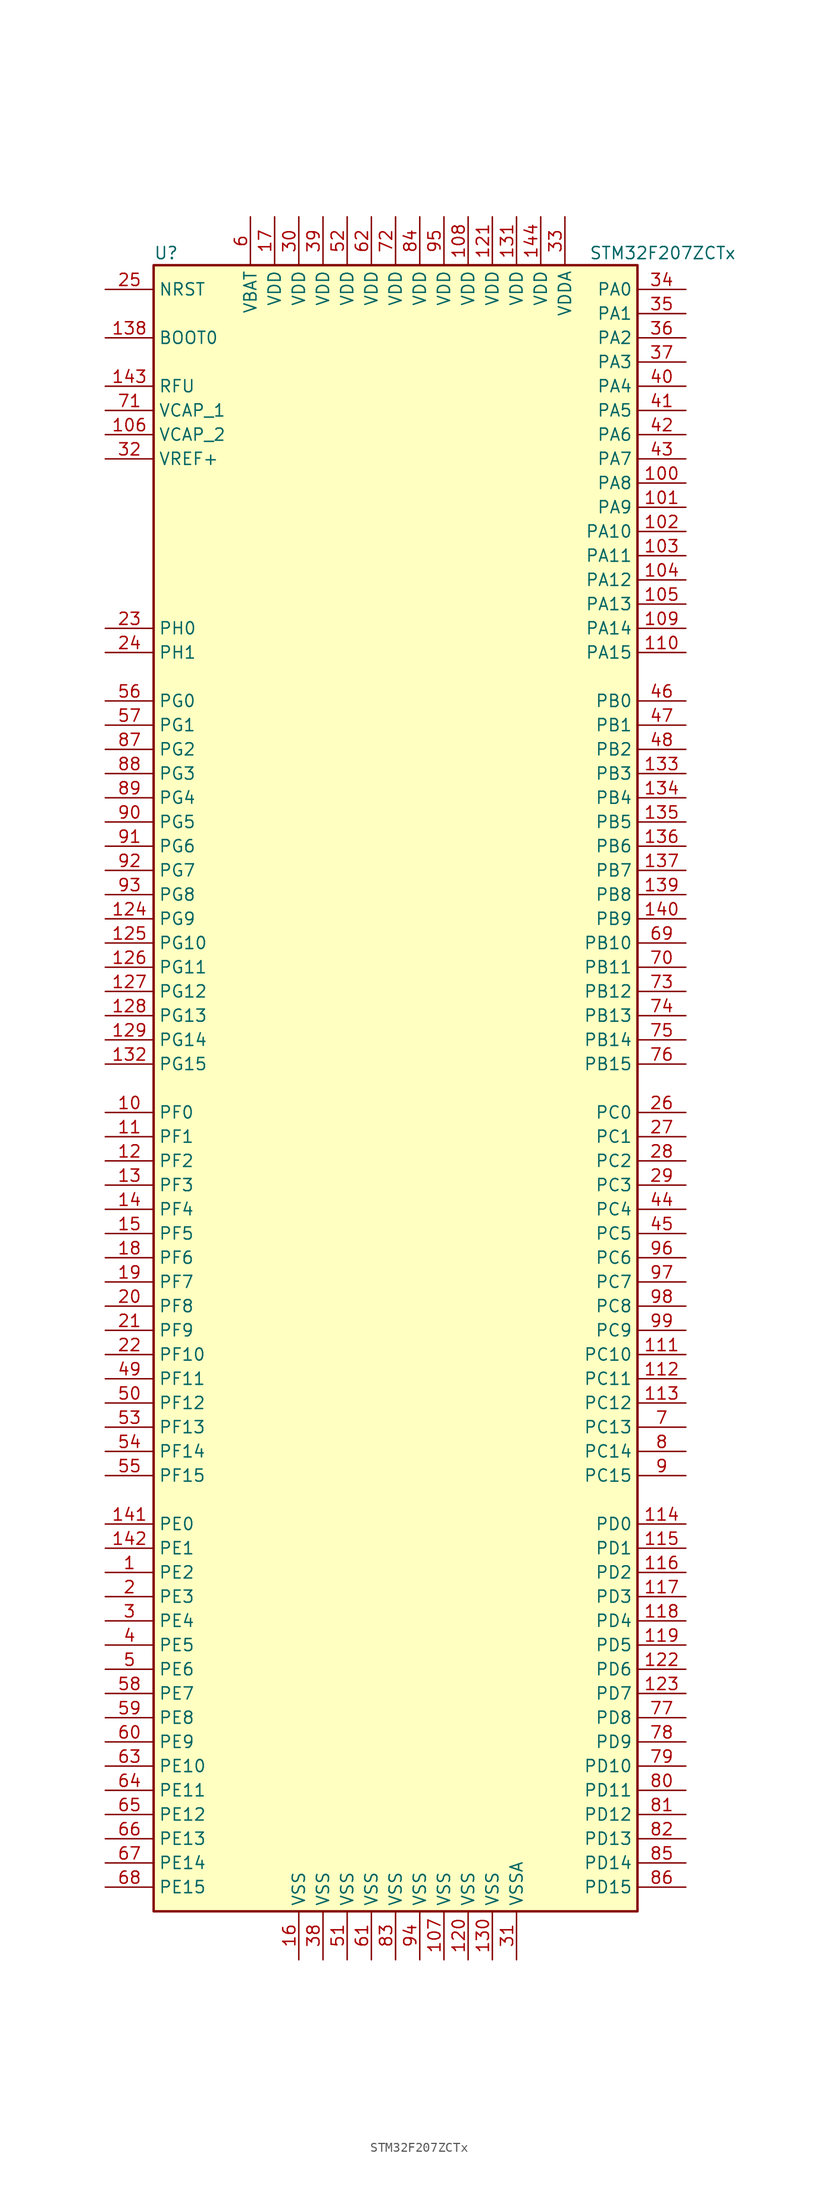
<source format=kicad_sym>
(kicad_symbol_lib
  (version 20201005)
  (generator kicad_symbol_editor)
  (symbol "STM32F207ZCTx"
    (property "Reference" "U"
      (at -25.4 87.63 0)
      (effects (font (size 1.27 1.27)) (justify left)))
    (property "Value" "STM32F207ZCTx"
      (at 20.32 87.63 0)
      (effects (font (size 1.27 1.27)) (justify left)))
    (symbol "STM32F207ZCTx_0_1"
      (rectangle (start -25.4 -86.36) (end 25.4 86.36) (stroke (width 0.254)) (fill (type background))))
    (symbol "STM32F207ZCTx_1_1"
      (pin bidirectional line (at -30.48 -50.8 0) (length 5.08) (name "PE2" (effects (font (size 1.27 1.27)))) (number "1" (effects (font (size 1.27 1.27)))))
      (pin bidirectional line (at -30.48 -2.54 0) (length 5.08) (name "PF0" (effects (font (size 1.27 1.27)))) (number "10" (effects (font (size 1.27 1.27)))))
      (pin bidirectional line (at 30.48 63.5 180) (length 5.08) (name "PA8" (effects (font (size 1.27 1.27)))) (number "100" (effects (font (size 1.27 1.27)))))
      (pin bidirectional line (at 30.48 60.96 180) (length 5.08) (name "PA9" (effects (font (size 1.27 1.27)))) (number "101" (effects (font (size 1.27 1.27)))))
      (pin bidirectional line (at 30.48 58.42 180) (length 5.08) (name "PA10" (effects (font (size 1.27 1.27)))) (number "102" (effects (font (size 1.27 1.27)))))
      (pin bidirectional line (at 30.48 55.88 180) (length 5.08) (name "PA11" (effects (font (size 1.27 1.27)))) (number "103" (effects (font (size 1.27 1.27)))))
      (pin bidirectional line (at 30.48 53.34 180) (length 5.08) (name "PA12" (effects (font (size 1.27 1.27)))) (number "104" (effects (font (size 1.27 1.27)))))
      (pin bidirectional line (at 30.48 50.8 180) (length 5.08) (name "PA13" (effects (font (size 1.27 1.27)))) (number "105" (effects (font (size 1.27 1.27)))))
      (pin power_in line (at -30.48 68.58 0) (length 5.08) (name "VCAP_2" (effects (font (size 1.27 1.27)))) (number "106" (effects (font (size 1.27 1.27)))))
      (pin power_in line (at 5.08 -91.44 90) (length 5.08) (name "VSS" (effects (font (size 1.27 1.27)))) (number "107" (effects (font (size 1.27 1.27)))))
      (pin power_in line (at 7.62 91.44 270) (length 5.08) (name "VDD" (effects (font (size 1.27 1.27)))) (number "108" (effects (font (size 1.27 1.27)))))
      (pin bidirectional line (at 30.48 48.26 180) (length 5.08) (name "PA14" (effects (font (size 1.27 1.27)))) (number "109" (effects (font (size 1.27 1.27)))))
      (pin bidirectional line (at -30.48 -5.08 0) (length 5.08) (name "PF1" (effects (font (size 1.27 1.27)))) (number "11" (effects (font (size 1.27 1.27)))))
      (pin bidirectional line (at 30.48 45.72 180) (length 5.08) (name "PA15" (effects (font (size 1.27 1.27)))) (number "110" (effects (font (size 1.27 1.27)))))
      (pin bidirectional line (at 30.48 -27.94 180) (length 5.08) (name "PC10" (effects (font (size 1.27 1.27)))) (number "111" (effects (font (size 1.27 1.27)))))
      (pin bidirectional line (at 30.48 -30.48 180) (length 5.08) (name "PC11" (effects (font (size 1.27 1.27)))) (number "112" (effects (font (size 1.27 1.27)))))
      (pin bidirectional line (at 30.48 -33.02 180) (length 5.08) (name "PC12" (effects (font (size 1.27 1.27)))) (number "113" (effects (font (size 1.27 1.27)))))
      (pin bidirectional line (at 30.48 -45.72 180) (length 5.08) (name "PD0" (effects (font (size 1.27 1.27)))) (number "114" (effects (font (size 1.27 1.27)))))
      (pin bidirectional line (at 30.48 -48.26 180) (length 5.08) (name "PD1" (effects (font (size 1.27 1.27)))) (number "115" (effects (font (size 1.27 1.27)))))
      (pin bidirectional line (at 30.48 -50.8 180) (length 5.08) (name "PD2" (effects (font (size 1.27 1.27)))) (number "116" (effects (font (size 1.27 1.27)))))
      (pin bidirectional line (at 30.48 -53.34 180) (length 5.08) (name "PD3" (effects (font (size 1.27 1.27)))) (number "117" (effects (font (size 1.27 1.27)))))
      (pin bidirectional line (at 30.48 -55.88 180) (length 5.08) (name "PD4" (effects (font (size 1.27 1.27)))) (number "118" (effects (font (size 1.27 1.27)))))
      (pin bidirectional line (at 30.48 -58.42 180) (length 5.08) (name "PD5" (effects (font (size 1.27 1.27)))) (number "119" (effects (font (size 1.27 1.27)))))
      (pin bidirectional line (at -30.48 -7.62 0) (length 5.08) (name "PF2" (effects (font (size 1.27 1.27)))) (number "12" (effects (font (size 1.27 1.27)))))
      (pin power_in line (at 7.62 -91.44 90) (length 5.08) (name "VSS" (effects (font (size 1.27 1.27)))) (number "120" (effects (font (size 1.27 1.27)))))
      (pin power_in line (at 10.16 91.44 270) (length 5.08) (name "VDD" (effects (font (size 1.27 1.27)))) (number "121" (effects (font (size 1.27 1.27)))))
      (pin bidirectional line (at 30.48 -60.96 180) (length 5.08) (name "PD6" (effects (font (size 1.27 1.27)))) (number "122" (effects (font (size 1.27 1.27)))))
      (pin bidirectional line (at 30.48 -63.5 180) (length 5.08) (name "PD7" (effects (font (size 1.27 1.27)))) (number "123" (effects (font (size 1.27 1.27)))))
      (pin bidirectional line (at -30.48 17.78 0) (length 5.08) (name "PG9" (effects (font (size 1.27 1.27)))) (number "124" (effects (font (size 1.27 1.27)))))
      (pin bidirectional line (at -30.48 15.24 0) (length 5.08) (name "PG10" (effects (font (size 1.27 1.27)))) (number "125" (effects (font (size 1.27 1.27)))))
      (pin bidirectional line (at -30.48 12.7 0) (length 5.08) (name "PG11" (effects (font (size 1.27 1.27)))) (number "126" (effects (font (size 1.27 1.27)))))
      (pin bidirectional line (at -30.48 10.16 0) (length 5.08) (name "PG12" (effects (font (size 1.27 1.27)))) (number "127" (effects (font (size 1.27 1.27)))))
      (pin bidirectional line (at -30.48 7.62 0) (length 5.08) (name "PG13" (effects (font (size 1.27 1.27)))) (number "128" (effects (font (size 1.27 1.27)))))
      (pin bidirectional line (at -30.48 5.08 0) (length 5.08) (name "PG14" (effects (font (size 1.27 1.27)))) (number "129" (effects (font (size 1.27 1.27)))))
      (pin bidirectional line (at -30.48 -10.16 0) (length 5.08) (name "PF3" (effects (font (size 1.27 1.27)))) (number "13" (effects (font (size 1.27 1.27)))))
      (pin power_in line (at 10.16 -91.44 90) (length 5.08) (name "VSS" (effects (font (size 1.27 1.27)))) (number "130" (effects (font (size 1.27 1.27)))))
      (pin power_in line (at 12.7 91.44 270) (length 5.08) (name "VDD" (effects (font (size 1.27 1.27)))) (number "131" (effects (font (size 1.27 1.27)))))
      (pin bidirectional line (at -30.48 2.54 0) (length 5.08) (name "PG15" (effects (font (size 1.27 1.27)))) (number "132" (effects (font (size 1.27 1.27)))))
      (pin bidirectional line (at 30.48 33.02 180) (length 5.08) (name "PB3" (effects (font (size 1.27 1.27)))) (number "133" (effects (font (size 1.27 1.27)))))
      (pin bidirectional line (at 30.48 30.48 180) (length 5.08) (name "PB4" (effects (font (size 1.27 1.27)))) (number "134" (effects (font (size 1.27 1.27)))))
      (pin bidirectional line (at 30.48 27.94 180) (length 5.08) (name "PB5" (effects (font (size 1.27 1.27)))) (number "135" (effects (font (size 1.27 1.27)))))
      (pin bidirectional line (at 30.48 25.4 180) (length 5.08) (name "PB6" (effects (font (size 1.27 1.27)))) (number "136" (effects (font (size 1.27 1.27)))))
      (pin bidirectional line (at 30.48 22.86 180) (length 5.08) (name "PB7" (effects (font (size 1.27 1.27)))) (number "137" (effects (font (size 1.27 1.27)))))
      (pin input line (at -30.48 78.74 0) (length 5.08) (name "BOOT0" (effects (font (size 1.27 1.27)))) (number "138" (effects (font (size 1.27 1.27)))))
      (pin bidirectional line (at 30.48 20.32 180) (length 5.08) (name "PB8" (effects (font (size 1.27 1.27)))) (number "139" (effects (font (size 1.27 1.27)))))
      (pin bidirectional line (at -30.48 -12.7 0) (length 5.08) (name "PF4" (effects (font (size 1.27 1.27)))) (number "14" (effects (font (size 1.27 1.27)))))
      (pin bidirectional line (at 30.48 17.78 180) (length 5.08) (name "PB9" (effects (font (size 1.27 1.27)))) (number "140" (effects (font (size 1.27 1.27)))))
      (pin bidirectional line (at -30.48 -45.72 0) (length 5.08) (name "PE0" (effects (font (size 1.27 1.27)))) (number "141" (effects (font (size 1.27 1.27)))))
      (pin bidirectional line (at -30.48 -48.26 0) (length 5.08) (name "PE1" (effects (font (size 1.27 1.27)))) (number "142" (effects (font (size 1.27 1.27)))))
      (pin power_in line (at -30.48 73.66 0) (length 5.08) (name "RFU" (effects (font (size 1.27 1.27)))) (number "143" (effects (font (size 1.27 1.27)))))
      (pin power_in line (at 15.24 91.44 270) (length 5.08) (name "VDD" (effects (font (size 1.27 1.27)))) (number "144" (effects (font (size 1.27 1.27)))))
      (pin bidirectional line (at -30.48 -15.24 0) (length 5.08) (name "PF5" (effects (font (size 1.27 1.27)))) (number "15" (effects (font (size 1.27 1.27)))))
      (pin power_in line (at -10.16 -91.44 90) (length 5.08) (name "VSS" (effects (font (size 1.27 1.27)))) (number "16" (effects (font (size 1.27 1.27)))))
      (pin power_in line (at -12.7 91.44 270) (length 5.08) (name "VDD" (effects (font (size 1.27 1.27)))) (number "17" (effects (font (size 1.27 1.27)))))
      (pin bidirectional line (at -30.48 -17.78 0) (length 5.08) (name "PF6" (effects (font (size 1.27 1.27)))) (number "18" (effects (font (size 1.27 1.27)))))
      (pin bidirectional line (at -30.48 -20.32 0) (length 5.08) (name "PF7" (effects (font (size 1.27 1.27)))) (number "19" (effects (font (size 1.27 1.27)))))
      (pin bidirectional line (at -30.48 -53.34 0) (length 5.08) (name "PE3" (effects (font (size 1.27 1.27)))) (number "2" (effects (font (size 1.27 1.27)))))
      (pin bidirectional line (at -30.48 -22.86 0) (length 5.08) (name "PF8" (effects (font (size 1.27 1.27)))) (number "20" (effects (font (size 1.27 1.27)))))
      (pin bidirectional line (at -30.48 -25.4 0) (length 5.08) (name "PF9" (effects (font (size 1.27 1.27)))) (number "21" (effects (font (size 1.27 1.27)))))
      (pin bidirectional line (at -30.48 -27.94 0) (length 5.08) (name "PF10" (effects (font (size 1.27 1.27)))) (number "22" (effects (font (size 1.27 1.27)))))
      (pin input line (at -30.48 48.26 0) (length 5.08) (name "PH0" (effects (font (size 1.27 1.27)))) (number "23" (effects (font (size 1.27 1.27)))))
      (pin input line (at -30.48 45.72 0) (length 5.08) (name "PH1" (effects (font (size 1.27 1.27)))) (number "24" (effects (font (size 1.27 1.27)))))
      (pin input line (at -30.48 83.82 0) (length 5.08) (name "NRST" (effects (font (size 1.27 1.27)))) (number "25" (effects (font (size 1.27 1.27)))))
      (pin bidirectional line (at 30.48 -2.54 180) (length 5.08) (name "PC0" (effects (font (size 1.27 1.27)))) (number "26" (effects (font (size 1.27 1.27)))))
      (pin bidirectional line (at 30.48 -5.08 180) (length 5.08) (name "PC1" (effects (font (size 1.27 1.27)))) (number "27" (effects (font (size 1.27 1.27)))))
      (pin bidirectional line (at 30.48 -7.62 180) (length 5.08) (name "PC2" (effects (font (size 1.27 1.27)))) (number "28" (effects (font (size 1.27 1.27)))))
      (pin bidirectional line (at 30.48 -10.16 180) (length 5.08) (name "PC3" (effects (font (size 1.27 1.27)))) (number "29" (effects (font (size 1.27 1.27)))))
      (pin bidirectional line (at -30.48 -55.88 0) (length 5.08) (name "PE4" (effects (font (size 1.27 1.27)))) (number "3" (effects (font (size 1.27 1.27)))))
      (pin power_in line (at -10.16 91.44 270) (length 5.08) (name "VDD" (effects (font (size 1.27 1.27)))) (number "30" (effects (font (size 1.27 1.27)))))
      (pin power_in line (at 12.7 -91.44 90) (length 5.08) (name "VSSA" (effects (font (size 1.27 1.27)))) (number "31" (effects (font (size 1.27 1.27)))))
      (pin power_in line (at -30.48 66.04 0) (length 5.08) (name "VREF+" (effects (font (size 1.27 1.27)))) (number "32" (effects (font (size 1.27 1.27)))))
      (pin power_in line (at 17.78 91.44 270) (length 5.08) (name "VDDA" (effects (font (size 1.27 1.27)))) (number "33" (effects (font (size 1.27 1.27)))))
      (pin bidirectional line (at 30.48 83.82 180) (length 5.08) (name "PA0" (effects (font (size 1.27 1.27)))) (number "34" (effects (font (size 1.27 1.27)))))
      (pin bidirectional line (at 30.48 81.28 180) (length 5.08) (name "PA1" (effects (font (size 1.27 1.27)))) (number "35" (effects (font (size 1.27 1.27)))))
      (pin bidirectional line (at 30.48 78.74 180) (length 5.08) (name "PA2" (effects (font (size 1.27 1.27)))) (number "36" (effects (font (size 1.27 1.27)))))
      (pin bidirectional line (at 30.48 76.2 180) (length 5.08) (name "PA3" (effects (font (size 1.27 1.27)))) (number "37" (effects (font (size 1.27 1.27)))))
      (pin power_in line (at -7.62 -91.44 90) (length 5.08) (name "VSS" (effects (font (size 1.27 1.27)))) (number "38" (effects (font (size 1.27 1.27)))))
      (pin power_in line (at -7.62 91.44 270) (length 5.08) (name "VDD" (effects (font (size 1.27 1.27)))) (number "39" (effects (font (size 1.27 1.27)))))
      (pin bidirectional line (at -30.48 -58.42 0) (length 5.08) (name "PE5" (effects (font (size 1.27 1.27)))) (number "4" (effects (font (size 1.27 1.27)))))
      (pin bidirectional line (at 30.48 73.66 180) (length 5.08) (name "PA4" (effects (font (size 1.27 1.27)))) (number "40" (effects (font (size 1.27 1.27)))))
      (pin bidirectional line (at 30.48 71.12 180) (length 5.08) (name "PA5" (effects (font (size 1.27 1.27)))) (number "41" (effects (font (size 1.27 1.27)))))
      (pin bidirectional line (at 30.48 68.58 180) (length 5.08) (name "PA6" (effects (font (size 1.27 1.27)))) (number "42" (effects (font (size 1.27 1.27)))))
      (pin bidirectional line (at 30.48 66.04 180) (length 5.08) (name "PA7" (effects (font (size 1.27 1.27)))) (number "43" (effects (font (size 1.27 1.27)))))
      (pin bidirectional line (at 30.48 -12.7 180) (length 5.08) (name "PC4" (effects (font (size 1.27 1.27)))) (number "44" (effects (font (size 1.27 1.27)))))
      (pin bidirectional line (at 30.48 -15.24 180) (length 5.08) (name "PC5" (effects (font (size 1.27 1.27)))) (number "45" (effects (font (size 1.27 1.27)))))
      (pin bidirectional line (at 30.48 40.64 180) (length 5.08) (name "PB0" (effects (font (size 1.27 1.27)))) (number "46" (effects (font (size 1.27 1.27)))))
      (pin bidirectional line (at 30.48 38.1 180) (length 5.08) (name "PB1" (effects (font (size 1.27 1.27)))) (number "47" (effects (font (size 1.27 1.27)))))
      (pin bidirectional line (at 30.48 35.56 180) (length 5.08) (name "PB2" (effects (font (size 1.27 1.27)))) (number "48" (effects (font (size 1.27 1.27)))))
      (pin bidirectional line (at -30.48 -30.48 0) (length 5.08) (name "PF11" (effects (font (size 1.27 1.27)))) (number "49" (effects (font (size 1.27 1.27)))))
      (pin bidirectional line (at -30.48 -60.96 0) (length 5.08) (name "PE6" (effects (font (size 1.27 1.27)))) (number "5" (effects (font (size 1.27 1.27)))))
      (pin bidirectional line (at -30.48 -33.02 0) (length 5.08) (name "PF12" (effects (font (size 1.27 1.27)))) (number "50" (effects (font (size 1.27 1.27)))))
      (pin power_in line (at -5.08 -91.44 90) (length 5.08) (name "VSS" (effects (font (size 1.27 1.27)))) (number "51" (effects (font (size 1.27 1.27)))))
      (pin power_in line (at -5.08 91.44 270) (length 5.08) (name "VDD" (effects (font (size 1.27 1.27)))) (number "52" (effects (font (size 1.27 1.27)))))
      (pin bidirectional line (at -30.48 -35.56 0) (length 5.08) (name "PF13" (effects (font (size 1.27 1.27)))) (number "53" (effects (font (size 1.27 1.27)))))
      (pin bidirectional line (at -30.48 -38.1 0) (length 5.08) (name "PF14" (effects (font (size 1.27 1.27)))) (number "54" (effects (font (size 1.27 1.27)))))
      (pin bidirectional line (at -30.48 -40.64 0) (length 5.08) (name "PF15" (effects (font (size 1.27 1.27)))) (number "55" (effects (font (size 1.27 1.27)))))
      (pin bidirectional line (at -30.48 40.64 0) (length 5.08) (name "PG0" (effects (font (size 1.27 1.27)))) (number "56" (effects (font (size 1.27 1.27)))))
      (pin bidirectional line (at -30.48 38.1 0) (length 5.08) (name "PG1" (effects (font (size 1.27 1.27)))) (number "57" (effects (font (size 1.27 1.27)))))
      (pin bidirectional line (at -30.48 -63.5 0) (length 5.08) (name "PE7" (effects (font (size 1.27 1.27)))) (number "58" (effects (font (size 1.27 1.27)))))
      (pin bidirectional line (at -30.48 -66.04 0) (length 5.08) (name "PE8" (effects (font (size 1.27 1.27)))) (number "59" (effects (font (size 1.27 1.27)))))
      (pin power_in line (at -15.24 91.44 270) (length 5.08) (name "VBAT" (effects (font (size 1.27 1.27)))) (number "6" (effects (font (size 1.27 1.27)))))
      (pin bidirectional line (at -30.48 -68.58 0) (length 5.08) (name "PE9" (effects (font (size 1.27 1.27)))) (number "60" (effects (font (size 1.27 1.27)))))
      (pin power_in line (at -2.54 -91.44 90) (length 5.08) (name "VSS" (effects (font (size 1.27 1.27)))) (number "61" (effects (font (size 1.27 1.27)))))
      (pin power_in line (at -2.54 91.44 270) (length 5.08) (name "VDD" (effects (font (size 1.27 1.27)))) (number "62" (effects (font (size 1.27 1.27)))))
      (pin bidirectional line (at -30.48 -71.12 0) (length 5.08) (name "PE10" (effects (font (size 1.27 1.27)))) (number "63" (effects (font (size 1.27 1.27)))))
      (pin bidirectional line (at -30.48 -73.66 0) (length 5.08) (name "PE11" (effects (font (size 1.27 1.27)))) (number "64" (effects (font (size 1.27 1.27)))))
      (pin bidirectional line (at -30.48 -76.2 0) (length 5.08) (name "PE12" (effects (font (size 1.27 1.27)))) (number "65" (effects (font (size 1.27 1.27)))))
      (pin bidirectional line (at -30.48 -78.74 0) (length 5.08) (name "PE13" (effects (font (size 1.27 1.27)))) (number "66" (effects (font (size 1.27 1.27)))))
      (pin bidirectional line (at -30.48 -81.28 0) (length 5.08) (name "PE14" (effects (font (size 1.27 1.27)))) (number "67" (effects (font (size 1.27 1.27)))))
      (pin bidirectional line (at -30.48 -83.82 0) (length 5.08) (name "PE15" (effects (font (size 1.27 1.27)))) (number "68" (effects (font (size 1.27 1.27)))))
      (pin bidirectional line (at 30.48 15.24 180) (length 5.08) (name "PB10" (effects (font (size 1.27 1.27)))) (number "69" (effects (font (size 1.27 1.27)))))
      (pin bidirectional line (at 30.48 -35.56 180) (length 5.08) (name "PC13" (effects (font (size 1.27 1.27)))) (number "7" (effects (font (size 1.27 1.27)))))
      (pin bidirectional line (at 30.48 12.7 180) (length 5.08) (name "PB11" (effects (font (size 1.27 1.27)))) (number "70" (effects (font (size 1.27 1.27)))))
      (pin power_in line (at -30.48 71.12 0) (length 5.08) (name "VCAP_1" (effects (font (size 1.27 1.27)))) (number "71" (effects (font (size 1.27 1.27)))))
      (pin power_in line (at 0 91.44 270) (length 5.08) (name "VDD" (effects (font (size 1.27 1.27)))) (number "72" (effects (font (size 1.27 1.27)))))
      (pin bidirectional line (at 30.48 10.16 180) (length 5.08) (name "PB12" (effects (font (size 1.27 1.27)))) (number "73" (effects (font (size 1.27 1.27)))))
      (pin bidirectional line (at 30.48 7.62 180) (length 5.08) (name "PB13" (effects (font (size 1.27 1.27)))) (number "74" (effects (font (size 1.27 1.27)))))
      (pin bidirectional line (at 30.48 5.08 180) (length 5.08) (name "PB14" (effects (font (size 1.27 1.27)))) (number "75" (effects (font (size 1.27 1.27)))))
      (pin bidirectional line (at 30.48 2.54 180) (length 5.08) (name "PB15" (effects (font (size 1.27 1.27)))) (number "76" (effects (font (size 1.27 1.27)))))
      (pin bidirectional line (at 30.48 -66.04 180) (length 5.08) (name "PD8" (effects (font (size 1.27 1.27)))) (number "77" (effects (font (size 1.27 1.27)))))
      (pin bidirectional line (at 30.48 -68.58 180) (length 5.08) (name "PD9" (effects (font (size 1.27 1.27)))) (number "78" (effects (font (size 1.27 1.27)))))
      (pin bidirectional line (at 30.48 -71.12 180) (length 5.08) (name "PD10" (effects (font (size 1.27 1.27)))) (number "79" (effects (font (size 1.27 1.27)))))
      (pin bidirectional line (at 30.48 -38.1 180) (length 5.08) (name "PC14" (effects (font (size 1.27 1.27)))) (number "8" (effects (font (size 1.27 1.27)))))
      (pin bidirectional line (at 30.48 -73.66 180) (length 5.08) (name "PD11" (effects (font (size 1.27 1.27)))) (number "80" (effects (font (size 1.27 1.27)))))
      (pin bidirectional line (at 30.48 -76.2 180) (length 5.08) (name "PD12" (effects (font (size 1.27 1.27)))) (number "81" (effects (font (size 1.27 1.27)))))
      (pin bidirectional line (at 30.48 -78.74 180) (length 5.08) (name "PD13" (effects (font (size 1.27 1.27)))) (number "82" (effects (font (size 1.27 1.27)))))
      (pin power_in line (at 0 -91.44 90) (length 5.08) (name "VSS" (effects (font (size 1.27 1.27)))) (number "83" (effects (font (size 1.27 1.27)))))
      (pin power_in line (at 2.54 91.44 270) (length 5.08) (name "VDD" (effects (font (size 1.27 1.27)))) (number "84" (effects (font (size 1.27 1.27)))))
      (pin bidirectional line (at 30.48 -81.28 180) (length 5.08) (name "PD14" (effects (font (size 1.27 1.27)))) (number "85" (effects (font (size 1.27 1.27)))))
      (pin bidirectional line (at 30.48 -83.82 180) (length 5.08) (name "PD15" (effects (font (size 1.27 1.27)))) (number "86" (effects (font (size 1.27 1.27)))))
      (pin bidirectional line (at -30.48 35.56 0) (length 5.08) (name "PG2" (effects (font (size 1.27 1.27)))) (number "87" (effects (font (size 1.27 1.27)))))
      (pin bidirectional line (at -30.48 33.02 0) (length 5.08) (name "PG3" (effects (font (size 1.27 1.27)))) (number "88" (effects (font (size 1.27 1.27)))))
      (pin bidirectional line (at -30.48 30.48 0) (length 5.08) (name "PG4" (effects (font (size 1.27 1.27)))) (number "89" (effects (font (size 1.27 1.27)))))
      (pin bidirectional line (at 30.48 -40.64 180) (length 5.08) (name "PC15" (effects (font (size 1.27 1.27)))) (number "9" (effects (font (size 1.27 1.27)))))
      (pin bidirectional line (at -30.48 27.94 0) (length 5.08) (name "PG5" (effects (font (size 1.27 1.27)))) (number "90" (effects (font (size 1.27 1.27)))))
      (pin bidirectional line (at -30.48 25.4 0) (length 5.08) (name "PG6" (effects (font (size 1.27 1.27)))) (number "91" (effects (font (size 1.27 1.27)))))
      (pin bidirectional line (at -30.48 22.86 0) (length 5.08) (name "PG7" (effects (font (size 1.27 1.27)))) (number "92" (effects (font (size 1.27 1.27)))))
      (pin bidirectional line (at -30.48 20.32 0) (length 5.08) (name "PG8" (effects (font (size 1.27 1.27)))) (number "93" (effects (font (size 1.27 1.27)))))
      (pin power_in line (at 2.54 -91.44 90) (length 5.08) (name "VSS" (effects (font (size 1.27 1.27)))) (number "94" (effects (font (size 1.27 1.27)))))
      (pin power_in line (at 5.08 91.44 270) (length 5.08) (name "VDD" (effects (font (size 1.27 1.27)))) (number "95" (effects (font (size 1.27 1.27)))))
      (pin bidirectional line (at 30.48 -17.78 180) (length 5.08) (name "PC6" (effects (font (size 1.27 1.27)))) (number "96" (effects (font (size 1.27 1.27)))))
      (pin bidirectional line (at 30.48 -20.32 180) (length 5.08) (name "PC7" (effects (font (size 1.27 1.27)))) (number "97" (effects (font (size 1.27 1.27)))))
      (pin bidirectional line (at 30.48 -22.86 180) (length 5.08) (name "PC8" (effects (font (size 1.27 1.27)))) (number "98" (effects (font (size 1.27 1.27)))))
      (pin bidirectional line (at 30.48 -25.4 180) (length 5.08) (name "PC9" (effects (font (size 1.27 1.27)))) (number "99" (effects (font (size 1.27 1.27))))))))
</source>
